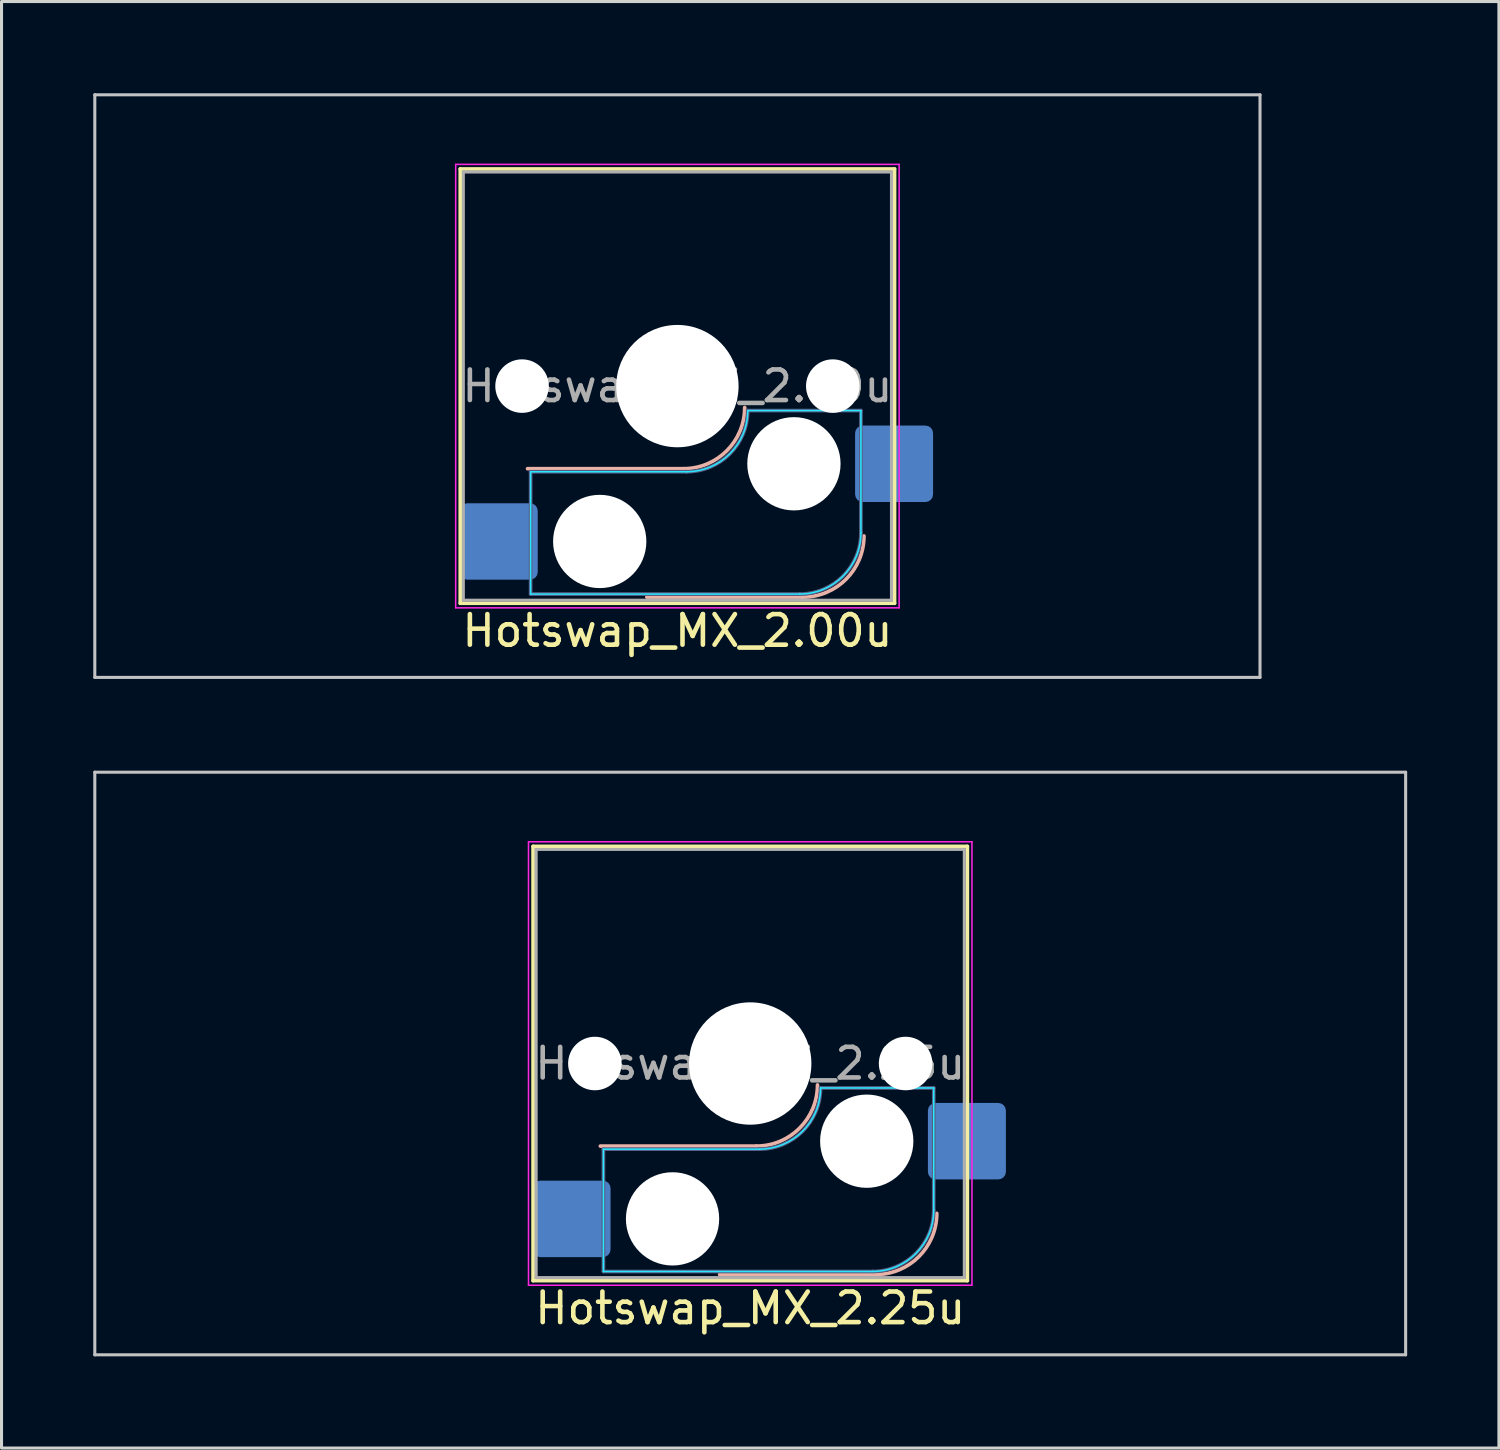
<source format=kicad_pcb>
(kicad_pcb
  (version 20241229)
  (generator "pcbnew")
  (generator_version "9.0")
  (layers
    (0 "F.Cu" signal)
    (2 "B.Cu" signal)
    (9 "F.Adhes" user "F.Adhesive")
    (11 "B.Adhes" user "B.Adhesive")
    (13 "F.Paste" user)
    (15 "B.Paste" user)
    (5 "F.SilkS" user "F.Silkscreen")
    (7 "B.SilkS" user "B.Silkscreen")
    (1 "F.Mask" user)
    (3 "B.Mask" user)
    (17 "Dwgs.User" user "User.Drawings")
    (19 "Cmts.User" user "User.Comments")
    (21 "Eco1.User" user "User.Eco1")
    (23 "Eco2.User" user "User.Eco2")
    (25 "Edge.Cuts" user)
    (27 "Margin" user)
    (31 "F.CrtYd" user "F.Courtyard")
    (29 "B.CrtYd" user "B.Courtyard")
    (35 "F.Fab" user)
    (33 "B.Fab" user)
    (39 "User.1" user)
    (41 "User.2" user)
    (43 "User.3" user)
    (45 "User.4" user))
  (footprint "Hotswap_MX_2.00u"
    (layer "F.Cu")
    (at 19.1 9.575)
    (property "Reference" "Hotswap_MX_2.00u" (at 0 8 180) (layer "F.SilkS") (effects (font (size 1 1) (thickness 0.15))))
    (attr smd)
    (fp_line (start -7.1 -7.1) (end -7.1 7.1) (stroke (width 0.12) (type solid)) (layer "F.SilkS"))
    (fp_line (start -7.1 7.1) (end 7.1 7.1) (stroke (width 0.12) (type solid)) (layer "F.SilkS"))
    (fp_line (start 7.1 -7.1) (end -7.1 -7.1) (stroke (width 0.12) (type solid)) (layer "F.SilkS"))
    (fp_line (start 7.1 7.1) (end 7.1 -7.1) (stroke (width 0.12) (type solid)) (layer "F.SilkS"))
    (fp_line (start 0.2 2.7) (end -4.9 2.7) (stroke (width 0.12) (type solid)) (layer "B.SilkS"))
    (fp_line (start 4.1 6.9) (end -1 6.9) (stroke (width 0.12) (type solid)) (layer "B.SilkS"))
    (fp_arc (start 2.2 0.7) (mid 1.614214 2.114214) (end 0.2 2.7) (stroke (width 0.12) (type solid)) (layer "B.SilkS"))
    (fp_arc (start 6.1 4.9) (mid 5.514214 6.314214) (end 4.1 6.9) (stroke (width 0.12) (type solid)) (layer "B.SilkS"))
    (fp_line (start -19.05 -9.525) (end -19.05 9.525) (stroke (width 0.1) (type solid)) (layer "Dwgs.User"))
    (fp_line (start -19.05 9.525) (end 19.05 9.525) (stroke (width 0.1) (type solid)) (layer "Dwgs.User"))
    (fp_line (start 19.05 -9.525) (end -19.05 -9.525) (stroke (width 0.1) (type solid)) (layer "Dwgs.User"))
    (fp_line (start 19.05 9.525) (end 19.05 -9.525) (stroke (width 0.1) (type solid)) (layer "Dwgs.User"))
    (fp_line (start -7.8 -6) (end -7 -6) (stroke (width 0.1) (type solid)) (layer "Eco1.User"))
    (fp_line (start -7.8 -2.9) (end -7.8 -6) (stroke (width 0.1) (type solid)) (layer "Eco1.User"))
    (fp_line (start -7.8 2.9) (end -7 2.9) (stroke (width 0.1) (type solid)) (layer "Eco1.User"))
    (fp_line (start -7.8 6) (end -7.8 2.9) (stroke (width 0.1) (type solid)) (layer "Eco1.User"))
    (fp_line (start -7 -7) (end 7 -7) (stroke (width 0.1) (type solid)) (layer "Eco1.User"))
    (fp_line (start -7 -6) (end -7 -7) (stroke (width 0.1) (type solid)) (layer "Eco1.User"))
    (fp_line (start -7 -2.9) (end -7.8 -2.9) (stroke (width 0.1) (type solid)) (layer "Eco1.User"))
    (fp_line (start -7 2.9) (end -7 -2.9) (stroke (width 0.1) (type solid)) (layer "Eco1.User"))
    (fp_line (start -7 6) (end -7.8 6) (stroke (width 0.1) (type solid)) (layer "Eco1.User"))
    (fp_line (start -7 7) (end -7 6) (stroke (width 0.1) (type solid)) (layer "Eco1.User"))
    (fp_line (start 7 -7) (end 7 -6) (stroke (width 0.1) (type solid)) (layer "Eco1.User"))
    (fp_line (start 7 -6) (end 7.8 -6) (stroke (width 0.1) (type solid)) (layer "Eco1.User"))
    (fp_line (start 7 -2.9) (end 7 2.9) (stroke (width 0.1) (type solid)) (layer "Eco1.User"))
    (fp_line (start 7 2.9) (end 7.8 2.9) (stroke (width 0.1) (type solid)) (layer "Eco1.User"))
    (fp_line (start 7 6) (end 7 7) (stroke (width 0.1) (type solid)) (layer "Eco1.User"))
    (fp_line (start 7 7) (end -7 7) (stroke (width 0.1) (type solid)) (layer "Eco1.User"))
    (fp_line (start 7.8 -6) (end 7.8 -2.9) (stroke (width 0.1) (type solid)) (layer "Eco1.User"))
    (fp_line (start 7.8 -2.9) (end 7 -2.9) (stroke (width 0.1) (type solid)) (layer "Eco1.User"))
    (fp_line (start 7.8 2.9) (end 7.8 6) (stroke (width 0.1) (type solid)) (layer "Eco1.User"))
    (fp_line (start 7.8 6) (end 7 6) (stroke (width 0.1) (type solid)) (layer "Eco1.User"))
    (fp_line (start -4.8 6.8) (end -4.8 2.8) (stroke (width 0.05) (type solid)) (layer "B.CrtYd"))
    (fp_line (start 0.3 2.8) (end -4.8 2.8) (stroke (width 0.05) (type solid)) (layer "B.CrtYd"))
    (fp_line (start 4 6.8) (end -4.8 6.8) (stroke (width 0.05) (type solid)) (layer "B.CrtYd"))
    (fp_line (start 6 0.8) (end 2.3 0.8) (stroke (width 0.05) (type solid)) (layer "B.CrtYd"))
    (fp_line (start 6 0.8) (end 6 4.8) (stroke (width 0.05) (type solid)) (layer "B.CrtYd"))
    (fp_arc (start 2.3 0.8) (mid 1.714213 2.214213) (end 0.3 2.8) (stroke (width 0.05) (type solid)) (layer "B.CrtYd"))
    (fp_arc (start 6 4.8) (mid 5.414214 6.214213) (end 4 6.8) (stroke (width 0.05) (type solid)) (layer "B.CrtYd"))
    (fp_line (start -7.25 -7.25) (end -7.25 7.25) (stroke (width 0.05) (type solid)) (layer "F.CrtYd"))
    (fp_line (start -7.25 7.25) (end 7.25 7.25) (stroke (width 0.05) (type solid)) (layer "F.CrtYd"))
    (fp_line (start 7.25 -7.25) (end -7.25 -7.25) (stroke (width 0.05) (type solid)) (layer "F.CrtYd"))
    (fp_line (start 7.25 7.25) (end 7.25 -7.25) (stroke (width 0.05) (type solid)) (layer "F.CrtYd"))
    (fp_line (start -4.8 6.8) (end -4.8 2.8) (stroke (width 0.12) (type solid)) (layer "B.Fab"))
    (fp_line (start 0.3 2.8) (end -4.8 2.8) (stroke (width 0.12) (type solid)) (layer "B.Fab"))
    (fp_line (start 4 6.8) (end -4.8 6.8) (stroke (width 0.12) (type solid)) (layer "B.Fab"))
    (fp_line (start 6 0.8) (end 2.3 0.8) (stroke (width 0.12) (type solid)) (layer "B.Fab"))
    (fp_line (start 6 0.8) (end 6 4.8) (stroke (width 0.12) (type solid)) (layer "B.Fab"))
    (fp_arc (start 2.3 0.8) (mid 1.714213 2.214213) (end 0.3 2.8) (stroke (width 0.12) (type solid)) (layer "B.Fab"))
    (fp_arc (start 6 4.8) (mid 5.414214 6.214213) (end 4 6.8) (stroke (width 0.12) (type solid)) (layer "B.Fab"))
    (fp_line (start -7 -7) (end -7 7) (stroke (width 0.1) (type solid)) (layer "F.Fab"))
    (fp_line (start -7 7) (end 7 7) (stroke (width 0.1) (type solid)) (layer "F.Fab"))
    (fp_line (start 7 -7) (end -7 -7) (stroke (width 0.1) (type solid)) (layer "F.Fab"))
    (fp_line (start 7 7) (end 7 -7) (stroke (width 0.1) (type solid)) (layer "F.Fab"))
    (fp_text user "${REFERENCE}" (at 0 0 180) (layer "F.Fab") (effects (font (size 1 1) (thickness 0.15))))
    (pad "" np_thru_hole circle (at -5.08 0 180) (size 1.75 1.75) (drill 1.75) (layers "*.Cu" "*.Mask"))
    (pad "" np_thru_hole circle (at -2.54 5.08 180) (size 3.05 3.05) (drill 3.05) (layers "*.Cu" "*.Mask"))
    (pad "" np_thru_hole circle (at 0 0 180) (size 4 4) (drill 4) (layers "*.Cu" "*.Mask"))
    (pad "" np_thru_hole circle (at 3.81 2.54 180) (size 3.05 3.05) (drill 3.05) (layers "*.Cu" "*.Mask"))
    (pad "" np_thru_hole circle (at 5.08 0 180) (size 1.75 1.75) (drill 1.75) (layers "*.Cu" "*.Mask"))
    (pad "1" smd roundrect (at 7.085 2.54 180) (size 2.55 2.5) (layers "B.Cu" "B.Mask" "B.Paste") (roundrect_rratio 0.1))
    (pad "2" smd roundrect (at -5.842 5.08 180) (size 2.55 2.5) (layers "B.Cu" "B.Mask" "B.Paste") (roundrect_rratio 0.1)))
  (footprint "Hotswap_MX_2.25u"
    (layer "F.Cu")
    (at 21.481 31.725)
    (property "Reference" "Hotswap_MX_2.25u" (at 0 8 180) (layer "F.SilkS") (effects (font (size 1 1) (thickness 0.15))))
    (attr smd)
    (fp_line (start -7.1 -7.1) (end -7.1 7.1) (stroke (width 0.12) (type solid)) (layer "F.SilkS"))
    (fp_line (start -7.1 7.1) (end 7.1 7.1) (stroke (width 0.12) (type solid)) (layer "F.SilkS"))
    (fp_line (start 7.1 -7.1) (end -7.1 -7.1) (stroke (width 0.12) (type solid)) (layer "F.SilkS"))
    (fp_line (start 7.1 7.1) (end 7.1 -7.1) (stroke (width 0.12) (type solid)) (layer "F.SilkS"))
    (fp_line (start 0.2 2.7) (end -4.9 2.7) (stroke (width 0.12) (type solid)) (layer "B.SilkS"))
    (fp_line (start 4.1 6.9) (end -1 6.9) (stroke (width 0.12) (type solid)) (layer "B.SilkS"))
    (fp_arc (start 2.2 0.7) (mid 1.614214 2.114214) (end 0.2 2.7) (stroke (width 0.12) (type solid)) (layer "B.SilkS"))
    (fp_arc (start 6.1 4.9) (mid 5.514214 6.314214) (end 4.1 6.9) (stroke (width 0.12) (type solid)) (layer "B.SilkS"))
    (fp_line (start -21.431 -9.525) (end -21.431 9.525) (stroke (width 0.1) (type solid)) (layer "Dwgs.User"))
    (fp_line (start -21.431 9.525) (end 21.431 9.525) (stroke (width 0.1) (type solid)) (layer "Dwgs.User"))
    (fp_line (start 21.431 -9.525) (end -21.431 -9.525) (stroke (width 0.1) (type solid)) (layer "Dwgs.User"))
    (fp_line (start 21.431 9.525) (end 21.431 -9.525) (stroke (width 0.1) (type solid)) (layer "Dwgs.User"))
    (fp_line (start -7.8 -6) (end -7 -6) (stroke (width 0.1) (type solid)) (layer "Eco1.User"))
    (fp_line (start -7.8 -2.9) (end -7.8 -6) (stroke (width 0.1) (type solid)) (layer "Eco1.User"))
    (fp_line (start -7.8 2.9) (end -7 2.9) (stroke (width 0.1) (type solid)) (layer "Eco1.User"))
    (fp_line (start -7.8 6) (end -7.8 2.9) (stroke (width 0.1) (type solid)) (layer "Eco1.User"))
    (fp_line (start -7 -7) (end 7 -7) (stroke (width 0.1) (type solid)) (layer "Eco1.User"))
    (fp_line (start -7 -6) (end -7 -7) (stroke (width 0.1) (type solid)) (layer "Eco1.User"))
    (fp_line (start -7 -2.9) (end -7.8 -2.9) (stroke (width 0.1) (type solid)) (layer "Eco1.User"))
    (fp_line (start -7 2.9) (end -7 -2.9) (stroke (width 0.1) (type solid)) (layer "Eco1.User"))
    (fp_line (start -7 6) (end -7.8 6) (stroke (width 0.1) (type solid)) (layer "Eco1.User"))
    (fp_line (start -7 7) (end -7 6) (stroke (width 0.1) (type solid)) (layer "Eco1.User"))
    (fp_line (start 7 -7) (end 7 -6) (stroke (width 0.1) (type solid)) (layer "Eco1.User"))
    (fp_line (start 7 -6) (end 7.8 -6) (stroke (width 0.1) (type solid)) (layer "Eco1.User"))
    (fp_line (start 7 -2.9) (end 7 2.9) (stroke (width 0.1) (type solid)) (layer "Eco1.User"))
    (fp_line (start 7 2.9) (end 7.8 2.9) (stroke (width 0.1) (type solid)) (layer "Eco1.User"))
    (fp_line (start 7 6) (end 7 7) (stroke (width 0.1) (type solid)) (layer "Eco1.User"))
    (fp_line (start 7 7) (end -7 7) (stroke (width 0.1) (type solid)) (layer "Eco1.User"))
    (fp_line (start 7.8 -6) (end 7.8 -2.9) (stroke (width 0.1) (type solid)) (layer "Eco1.User"))
    (fp_line (start 7.8 -2.9) (end 7 -2.9) (stroke (width 0.1) (type solid)) (layer "Eco1.User"))
    (fp_line (start 7.8 2.9) (end 7.8 6) (stroke (width 0.1) (type solid)) (layer "Eco1.User"))
    (fp_line (start 7.8 6) (end 7 6) (stroke (width 0.1) (type solid)) (layer "Eco1.User"))
    (fp_line (start -4.8 6.8) (end -4.8 2.8) (stroke (width 0.05) (type solid)) (layer "B.CrtYd"))
    (fp_line (start 0.3 2.8) (end -4.8 2.8) (stroke (width 0.05) (type solid)) (layer "B.CrtYd"))
    (fp_line (start 4 6.8) (end -4.8 6.8) (stroke (width 0.05) (type solid)) (layer "B.CrtYd"))
    (fp_line (start 6 0.8) (end 2.3 0.8) (stroke (width 0.05) (type solid)) (layer "B.CrtYd"))
    (fp_line (start 6 0.8) (end 6 4.8) (stroke (width 0.05) (type solid)) (layer "B.CrtYd"))
    (fp_arc (start 2.3 0.8) (mid 1.714213 2.214213) (end 0.3 2.8) (stroke (width 0.05) (type solid)) (layer "B.CrtYd"))
    (fp_arc (start 6 4.8) (mid 5.414214 6.214213) (end 4 6.8) (stroke (width 0.05) (type solid)) (layer "B.CrtYd"))
    (fp_line (start -7.25 -7.25) (end -7.25 7.25) (stroke (width 0.05) (type solid)) (layer "F.CrtYd"))
    (fp_line (start -7.25 7.25) (end 7.25 7.25) (stroke (width 0.05) (type solid)) (layer "F.CrtYd"))
    (fp_line (start 7.25 -7.25) (end -7.25 -7.25) (stroke (width 0.05) (type solid)) (layer "F.CrtYd"))
    (fp_line (start 7.25 7.25) (end 7.25 -7.25) (stroke (width 0.05) (type solid)) (layer "F.CrtYd"))
    (fp_line (start -4.8 6.8) (end -4.8 2.8) (stroke (width 0.12) (type solid)) (layer "B.Fab"))
    (fp_line (start 0.3 2.8) (end -4.8 2.8) (stroke (width 0.12) (type solid)) (layer "B.Fab"))
    (fp_line (start 4 6.8) (end -4.8 6.8) (stroke (width 0.12) (type solid)) (layer "B.Fab"))
    (fp_line (start 6 0.8) (end 2.3 0.8) (stroke (width 0.12) (type solid)) (layer "B.Fab"))
    (fp_line (start 6 0.8) (end 6 4.8) (stroke (width 0.12) (type solid)) (layer "B.Fab"))
    (fp_arc (start 2.3 0.8) (mid 1.714213 2.214213) (end 0.3 2.8) (stroke (width 0.12) (type solid)) (layer "B.Fab"))
    (fp_arc (start 6 4.8) (mid 5.414214 6.214213) (end 4 6.8) (stroke (width 0.12) (type solid)) (layer "B.Fab"))
    (fp_line (start -7 -7) (end -7 7) (stroke (width 0.1) (type solid)) (layer "F.Fab"))
    (fp_line (start -7 7) (end 7 7) (stroke (width 0.1) (type solid)) (layer "F.Fab"))
    (fp_line (start 7 -7) (end -7 -7) (stroke (width 0.1) (type solid)) (layer "F.Fab"))
    (fp_line (start 7 7) (end 7 -7) (stroke (width 0.1) (type solid)) (layer "F.Fab"))
    (fp_text user "${REFERENCE}" (at 0 0 180) (layer "F.Fab") (effects (font (size 1 1) (thickness 0.15))))
    (pad "" np_thru_hole circle (at -5.08 0 180) (size 1.75 1.75) (drill 1.75) (layers "*.Cu" "*.Mask"))
    (pad "" np_thru_hole circle (at -2.54 5.08 180) (size 3.05 3.05) (drill 3.05) (layers "*.Cu" "*.Mask"))
    (pad "" np_thru_hole circle (at 0 0 180) (size 4 4) (drill 4) (layers "*.Cu" "*.Mask"))
    (pad "" np_thru_hole circle (at 3.81 2.54 180) (size 3.05 3.05) (drill 3.05) (layers "*.Cu" "*.Mask"))
    (pad "" np_thru_hole circle (at 5.08 0 180) (size 1.75 1.75) (drill 1.75) (layers "*.Cu" "*.Mask"))
    (pad "1" smd roundrect (at 7.085 2.54 180) (size 2.55 2.5) (layers "B.Cu" "B.Mask" "B.Paste") (roundrect_rratio 0.1))
    (pad "2" smd roundrect (at -5.842 5.08 180) (size 2.55 2.5) (layers "B.Cu" "B.Mask" "B.Paste") (roundrect_rratio 0.1)))
  (gr_rect
    (start -3 -3)
    (end 45.962 44.3)
    (stroke (width 0.1) (type default))
    (fill no)
    (layer "Edge.Cuts")))
</source>
